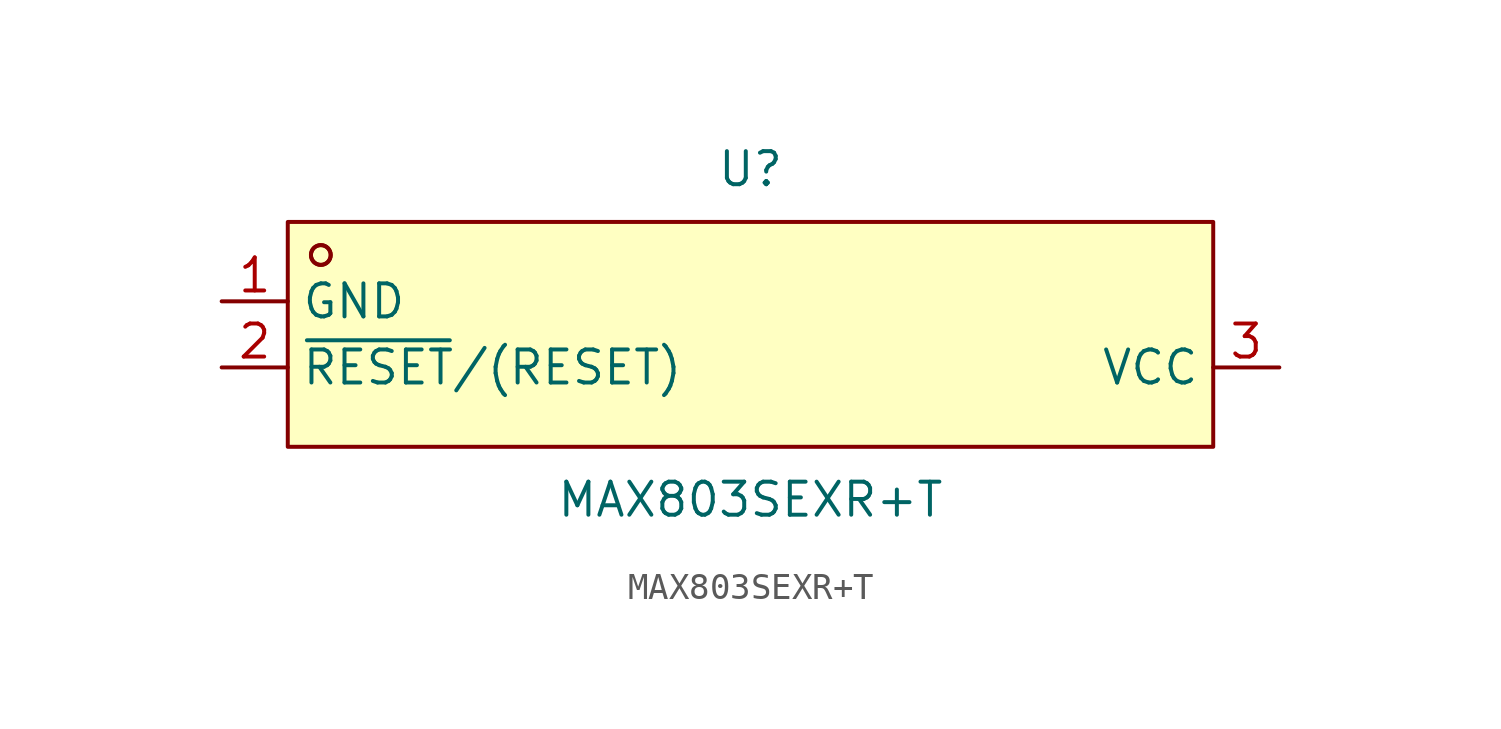
<source format=kicad_sym>
(kicad_symbol_lib
  (version 20211014)
  (generator https://github.com/uPesy/easyeda2kicad.py)
  (symbol "MAX803SEXR+T"
    (property "Reference" "U"
      (at 0 6.35 0)
      (effects (font (size 1.27 1.27))))
    (property "Value" "MAX803SEXR+T"
      (at 0 -6.35 0)
      (effects (font (size 1.27 1.27))))
    (symbol "MAX803SEXR+T_0_1"
      (rectangle (start -17.78 4.32) (end 17.78 -4.32) (stroke (width 0) (type default) (color 0 0 0 0)) (fill (type background)))
      (circle (center -16.51 3.05) (radius 0.38) (stroke (width 0) (type default) (color 0 0 0 0)) (fill (type none)))
      (circle (center -16.51 3.05) (radius 0.38) (stroke (width 0) (type default) (color 0 0 0 0)) (fill (type none)))
      (pin unspecified line (at -20.32 1.27 0) (length 2.54) (name "GND" (effects (font (size 1.27 1.27)))) (number "1" (effects (font (size 1.27 1.27)))))
      (pin unspecified line (at -20.32 -1.27 0) (length 2.54) (name "~{RESET}/(RESET)" (effects (font (size 1.27 1.27)))) (number "2" (effects (font (size 1.27 1.27)))))
      (pin unspecified line (at 20.32 -1.27 180) (length 2.54) (name "VCC" (effects (font (size 1.27 1.27)))) (number "3" (effects (font (size 1.27 1.27))))))))
</source>
